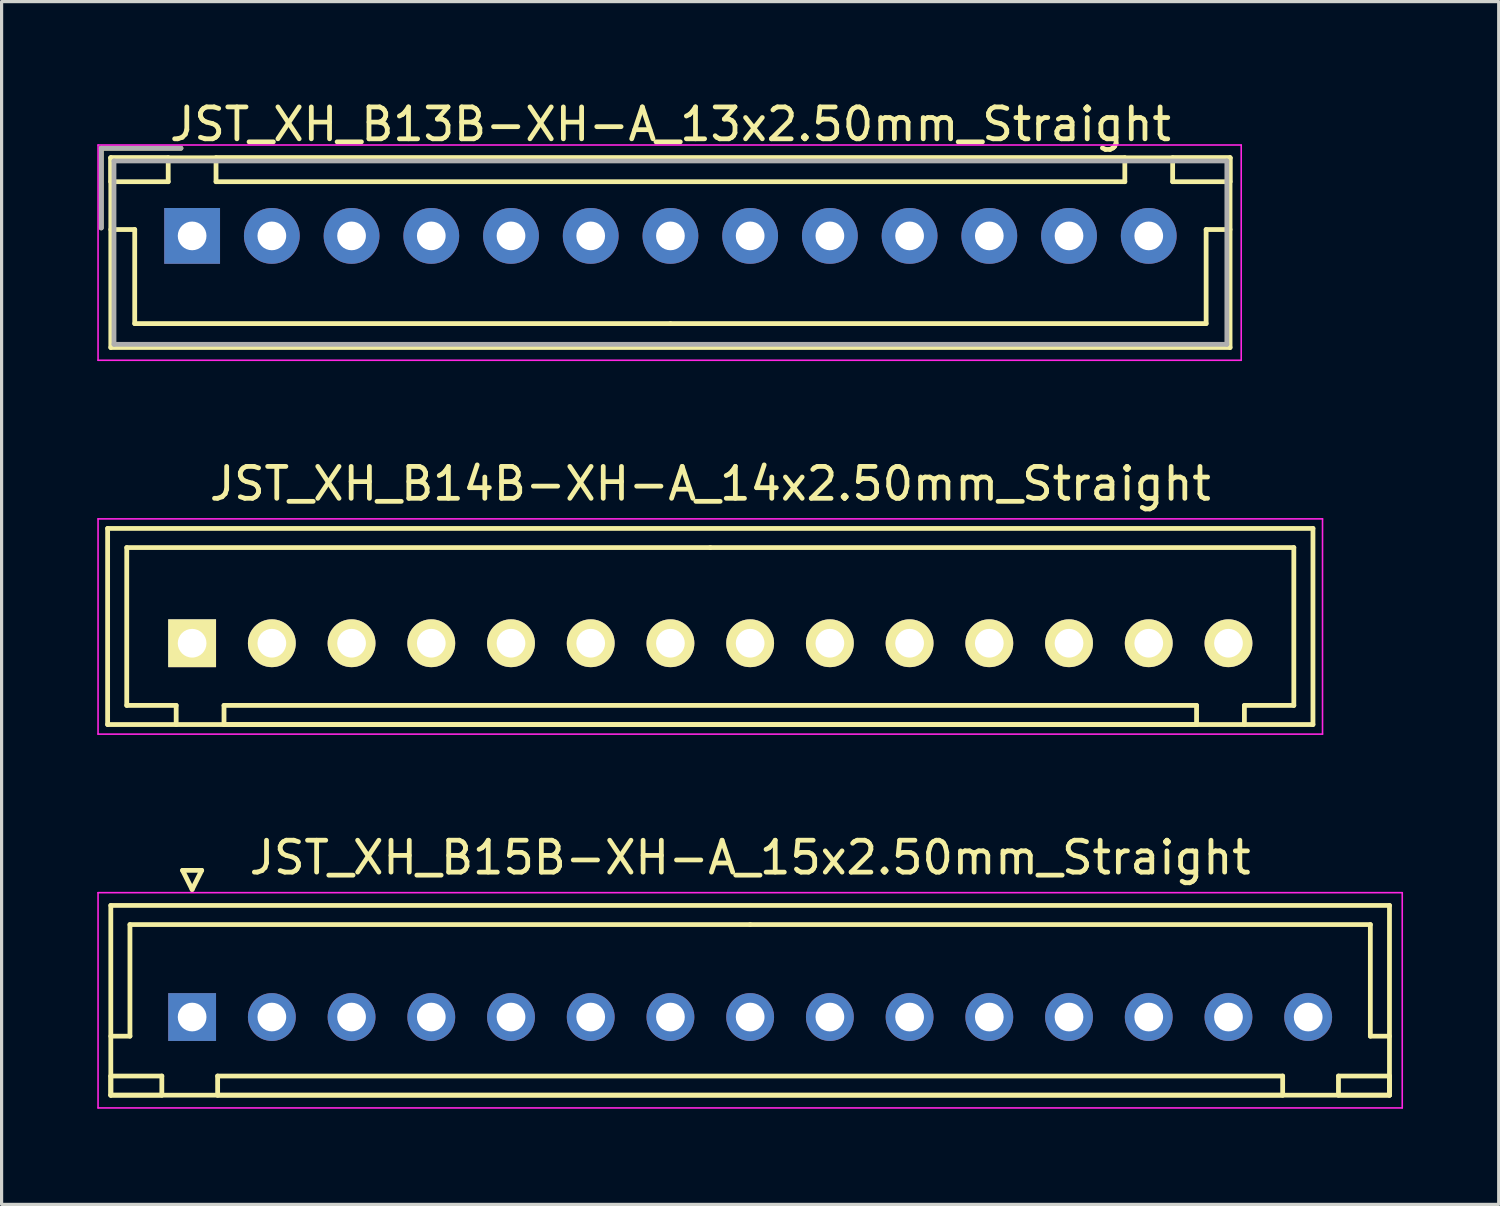
<source format=kicad_pcb>
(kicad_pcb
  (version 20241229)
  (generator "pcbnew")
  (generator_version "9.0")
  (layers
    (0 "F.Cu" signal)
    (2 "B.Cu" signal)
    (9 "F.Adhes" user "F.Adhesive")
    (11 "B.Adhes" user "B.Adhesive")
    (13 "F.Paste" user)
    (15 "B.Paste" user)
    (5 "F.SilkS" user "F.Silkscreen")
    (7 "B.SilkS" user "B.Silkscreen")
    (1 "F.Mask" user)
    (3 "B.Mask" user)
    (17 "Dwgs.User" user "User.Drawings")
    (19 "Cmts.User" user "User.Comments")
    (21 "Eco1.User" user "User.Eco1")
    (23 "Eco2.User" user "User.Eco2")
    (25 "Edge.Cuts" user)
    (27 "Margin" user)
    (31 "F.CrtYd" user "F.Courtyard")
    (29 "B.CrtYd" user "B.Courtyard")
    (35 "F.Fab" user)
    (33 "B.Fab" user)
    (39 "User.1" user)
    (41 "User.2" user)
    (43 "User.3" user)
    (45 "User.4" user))
  (footprint "JST_XH_B14B-XH-A_14x2.50mm_Straight"
    (layer "F.Cu")
    (at 2.975 17.122)
    (property "Reference" "JST_XH_B14B-XH-A_14x2.50mm_Straight" (at 16.25 -5 0) (layer "F.SilkS") (effects (font (size 1 1) (thickness 0.15))))
    (attr through_hole)
    (fp_line (start -2.65 -3.6) (end -2.65 2.55) (stroke (width 0.15) (type solid)) (layer "F.SilkS"))
    (fp_line (start -2.65 2.55) (end 35.15 2.55) (stroke (width 0.15) (type solid)) (layer "F.SilkS"))
    (fp_line (start -2.05 -3) (end 16.25 -3) (stroke (width 0.15) (type solid)) (layer "F.SilkS"))
    (fp_line (start -2.05 1.95) (end -2.05 -3) (stroke (width 0.15) (type solid)) (layer "F.SilkS"))
    (fp_line (start -0.5 1.95) (end -2.05 1.95) (stroke (width 0.15) (type solid)) (layer "F.SilkS"))
    (fp_line (start -0.5 2.55) (end -0.5 1.95) (stroke (width 0.15) (type solid)) (layer "F.SilkS"))
    (fp_line (start 1 1.95) (end 1 2.55) (stroke (width 0.15) (type solid)) (layer "F.SilkS"))
    (fp_line (start 1 2.55) (end 31.5 2.55) (stroke (width 0.15) (type solid)) (layer "F.SilkS"))
    (fp_line (start 31.5 1.95) (end 1 1.95) (stroke (width 0.15) (type solid)) (layer "F.SilkS"))
    (fp_line (start 31.5 2.55) (end 31.5 1.95) (stroke (width 0.15) (type solid)) (layer "F.SilkS"))
    (fp_line (start 33 1.95) (end 34.55 1.95) (stroke (width 0.15) (type solid)) (layer "F.SilkS"))
    (fp_line (start 33 2.55) (end 33 1.95) (stroke (width 0.15) (type solid)) (layer "F.SilkS"))
    (fp_line (start 34.55 -3) (end 16.25 -3) (stroke (width 0.15) (type solid)) (layer "F.SilkS"))
    (fp_line (start 34.55 1.95) (end 34.55 -3) (stroke (width 0.15) (type solid)) (layer "F.SilkS"))
    (fp_line (start 35.15 -3.6) (end -2.65 -3.6) (stroke (width 0.15) (type solid)) (layer "F.SilkS"))
    (fp_line (start 35.15 2.55) (end 35.15 -3.6) (stroke (width 0.15) (type solid)) (layer "F.SilkS"))
    (fp_line (start -2.95 -3.9) (end -2.95 2.85) (stroke (width 0.05) (type solid)) (layer "F.CrtYd"))
    (fp_line (start -2.95 2.85) (end 35.45 2.85) (stroke (width 0.05) (type solid)) (layer "F.CrtYd"))
    (fp_line (start 35.45 -3.9) (end -2.95 -3.9) (stroke (width 0.05) (type solid)) (layer "F.CrtYd"))
    (fp_line (start 35.45 2.85) (end 35.45 -3.9) (stroke (width 0.05) (type solid)) (layer "F.CrtYd"))
    (pad "1" thru_hole rect (at 0 0) (size 1.5 1.5) (drill 0.9) (layers "*.Cu" "*.Mask" "F.SilkS"))
    (pad "2" thru_hole circle (at 2.5 0) (size 1.5 1.5) (drill 0.9) (layers "*.Cu" "*.Mask" "F.SilkS"))
    (pad "3" thru_hole circle (at 5 0) (size 1.5 1.5) (drill 0.9) (layers "*.Cu" "*.Mask" "F.SilkS"))
    (pad "4" thru_hole circle (at 7.5 0) (size 1.5 1.5) (drill 0.9) (layers "*.Cu" "*.Mask" "F.SilkS"))
    (pad "5" thru_hole circle (at 10 0) (size 1.5 1.5) (drill 0.9) (layers "*.Cu" "*.Mask" "F.SilkS"))
    (pad "6" thru_hole circle (at 12.5 0) (size 1.5 1.5) (drill 0.9) (layers "*.Cu" "*.Mask" "F.SilkS"))
    (pad "7" thru_hole circle (at 15 0) (size 1.5 1.5) (drill 0.9) (layers "*.Cu" "*.Mask" "F.SilkS"))
    (pad "8" thru_hole circle (at 17.5 0) (size 1.5 1.5) (drill 0.9) (layers "*.Cu" "*.Mask" "F.SilkS"))
    (pad "9" thru_hole circle (at 20 0) (size 1.5 1.5) (drill 0.9) (layers "*.Cu" "*.Mask" "F.SilkS"))
    (pad "10" thru_hole circle (at 22.5 0) (size 1.5 1.5) (drill 0.9) (layers "*.Cu" "*.Mask" "F.SilkS"))
    (pad "11" thru_hole circle (at 25 0) (size 1.5 1.5) (drill 0.9) (layers "*.Cu" "*.Mask" "F.SilkS"))
    (pad "12" thru_hole circle (at 27.5 0) (size 1.5 1.5) (drill 0.9) (layers "*.Cu" "*.Mask" "F.SilkS"))
    (pad "13" thru_hole circle (at 30 0) (size 1.5 1.5) (drill 0.9) (layers "*.Cu" "*.Mask" "F.SilkS"))
    (pad "14" thru_hole circle (at 32.5 0) (size 1.5 1.5) (drill 0.9) (layers "*.Cu" "*.Mask" "F.SilkS")))
  (footprint "JST_XH_B13B-XH-A_13x2.50mm_Straight"
    (layer "F.Cu")
    (at 2.975 4.348)
    (property "Reference" "JST_XH_B13B-XH-A_13x2.50mm_Straight" (at 15 -3.5 0) (layer "F.SilkS") (effects (font (size 1 1) (thickness 0.15))))
    (attr through_hole)
    (fp_line (start -2.85 -2.75) (end -2.85 -0.25) (stroke (width 0.15) (type solid)) (layer "F.SilkS"))
    (fp_line (start -2.55 -2.45) (end -2.55 -1.7) (stroke (width 0.15) (type solid)) (layer "F.SilkS"))
    (fp_line (start -2.55 -2.45) (end -2.55 3.5) (stroke (width 0.15) (type solid)) (layer "F.SilkS"))
    (fp_line (start -2.55 -1.7) (end -0.75 -1.7) (stroke (width 0.15) (type solid)) (layer "F.SilkS"))
    (fp_line (start -2.55 -0.2) (end -1.8 -0.2) (stroke (width 0.15) (type solid)) (layer "F.SilkS"))
    (fp_line (start -2.55 3.5) (end 32.55 3.5) (stroke (width 0.15) (type solid)) (layer "F.SilkS"))
    (fp_line (start -1.8 -0.2) (end -1.8 2.75) (stroke (width 0.15) (type solid)) (layer "F.SilkS"))
    (fp_line (start -1.8 2.75) (end 15 2.75) (stroke (width 0.15) (type solid)) (layer "F.SilkS"))
    (fp_line (start -0.75 -2.45) (end -2.55 -2.45) (stroke (width 0.15) (type solid)) (layer "F.SilkS"))
    (fp_line (start -0.75 -1.7) (end -0.75 -2.45) (stroke (width 0.15) (type solid)) (layer "F.SilkS"))
    (fp_line (start -0.35 -2.75) (end -2.85 -2.75) (stroke (width 0.15) (type solid)) (layer "F.SilkS"))
    (fp_line (start 0.75 -2.45) (end 0.75 -1.7) (stroke (width 0.15) (type solid)) (layer "F.SilkS"))
    (fp_line (start 0.75 -1.7) (end 29.25 -1.7) (stroke (width 0.15) (type solid)) (layer "F.SilkS"))
    (fp_line (start 29.25 -2.45) (end 0.75 -2.45) (stroke (width 0.15) (type solid)) (layer "F.SilkS"))
    (fp_line (start 29.25 -1.7) (end 29.25 -2.45) (stroke (width 0.15) (type solid)) (layer "F.SilkS"))
    (fp_line (start 30.75 -2.45) (end 30.75 -1.7) (stroke (width 0.15) (type solid)) (layer "F.SilkS"))
    (fp_line (start 30.75 -1.7) (end 32.55 -1.7) (stroke (width 0.15) (type solid)) (layer "F.SilkS"))
    (fp_line (start 31.8 -0.2) (end 31.8 2.75) (stroke (width 0.15) (type solid)) (layer "F.SilkS"))
    (fp_line (start 31.8 2.75) (end 15 2.75) (stroke (width 0.15) (type solid)) (layer "F.SilkS"))
    (fp_line (start 32.55 -2.45) (end -2.55 -2.45) (stroke (width 0.15) (type solid)) (layer "F.SilkS"))
    (fp_line (start 32.55 -2.45) (end 30.75 -2.45) (stroke (width 0.15) (type solid)) (layer "F.SilkS"))
    (fp_line (start 32.55 -1.7) (end 32.55 -2.45) (stroke (width 0.15) (type solid)) (layer "F.SilkS"))
    (fp_line (start 32.55 -0.2) (end 31.8 -0.2) (stroke (width 0.15) (type solid)) (layer "F.SilkS"))
    (fp_line (start 32.55 3.5) (end 32.55 -2.45) (stroke (width 0.15) (type solid)) (layer "F.SilkS"))
    (fp_line (start -2.95 -2.85) (end -2.95 3.9) (stroke (width 0.05) (type solid)) (layer "F.CrtYd"))
    (fp_line (start -2.95 3.9) (end 32.9 3.9) (stroke (width 0.05) (type solid)) (layer "F.CrtYd"))
    (fp_line (start 32.9 -2.85) (end -2.95 -2.85) (stroke (width 0.05) (type solid)) (layer "F.CrtYd"))
    (fp_line (start 32.9 3.9) (end 32.9 -2.85) (stroke (width 0.05) (type solid)) (layer "F.CrtYd"))
    (fp_line (start -2.85 -2.75) (end -2.85 -0.25) (stroke (width 0.15) (type solid)) (layer "F.Fab"))
    (fp_line (start -2.45 -2.35) (end -2.45 3.4) (stroke (width 0.15) (type solid)) (layer "F.Fab"))
    (fp_line (start -2.45 3.4) (end 32.45 3.4) (stroke (width 0.15) (type solid)) (layer "F.Fab"))
    (fp_line (start -0.35 -2.75) (end -2.85 -2.75) (stroke (width 0.15) (type solid)) (layer "F.Fab"))
    (fp_line (start 32.45 -2.35) (end -2.45 -2.35) (stroke (width 0.15) (type solid)) (layer "F.Fab"))
    (fp_line (start 32.45 3.4) (end 32.45 -2.35) (stroke (width 0.15) (type solid)) (layer "F.Fab"))
    (pad "1" thru_hole rect (at 0 0) (size 1.75 1.75) (drill 0.9) (layers "*.Cu" "*.Mask"))
    (pad "2" thru_hole circle (at 2.5 0) (size 1.75 1.75) (drill 0.9) (layers "*.Cu" "*.Mask"))
    (pad "3" thru_hole circle (at 5 0) (size 1.75 1.75) (drill 0.9) (layers "*.Cu" "*.Mask"))
    (pad "4" thru_hole circle (at 7.5 0) (size 1.75 1.75) (drill 0.9) (layers "*.Cu" "*.Mask"))
    (pad "5" thru_hole circle (at 10 0) (size 1.75 1.75) (drill 0.9) (layers "*.Cu" "*.Mask"))
    (pad "6" thru_hole circle (at 12.5 0) (size 1.75 1.75) (drill 0.9) (layers "*.Cu" "*.Mask"))
    (pad "7" thru_hole circle (at 15 0) (size 1.75 1.75) (drill 0.9) (layers "*.Cu" "*.Mask"))
    (pad "8" thru_hole circle (at 17.5 0) (size 1.75 1.75) (drill 0.9) (layers "*.Cu" "*.Mask"))
    (pad "9" thru_hole circle (at 20 0) (size 1.75 1.75) (drill 0.9) (layers "*.Cu" "*.Mask"))
    (pad "10" thru_hole circle (at 22.5 0) (size 1.75 1.75) (drill 0.9) (layers "*.Cu" "*.Mask"))
    (pad "11" thru_hole circle (at 25 0) (size 1.75 1.75) (drill 0.9) (layers "*.Cu" "*.Mask"))
    (pad "12" thru_hole circle (at 27.5 0) (size 1.75 1.75) (drill 0.9) (layers "*.Cu" "*.Mask"))
    (pad "13" thru_hole circle (at 30 0) (size 1.75 1.75) (drill 0.9) (layers "*.Cu" "*.Mask")))
  (footprint "JST_XH_B15B-XH-A_15x2.50mm_Straight"
    (layer "F.Cu")
    (at 2.975 28.845)
    (property "Reference" "JST_XH_B15B-XH-A_15x2.50mm_Straight" (at 17.5 -5 0) (layer "F.SilkS") (effects (font (size 1 1) (thickness 0.15))))
    (attr through_hole)
    (fp_line (start -2.55 -3.5) (end -2.55 2.45) (stroke (width 0.15) (type solid)) (layer "F.SilkS"))
    (fp_line (start -2.55 0.6) (end -1.95 0.6) (stroke (width 0.15) (type solid)) (layer "F.SilkS"))
    (fp_line (start -2.55 1.85) (end -2.55 2.45) (stroke (width 0.15) (type solid)) (layer "F.SilkS"))
    (fp_line (start -2.55 2.45) (end -0.95 2.45) (stroke (width 0.15) (type solid)) (layer "F.SilkS"))
    (fp_line (start -2.55 2.45) (end 37.55 2.45) (stroke (width 0.15) (type solid)) (layer "F.SilkS"))
    (fp_line (start -1.95 -2.9) (end 17.5 -2.9) (stroke (width 0.15) (type solid)) (layer "F.SilkS"))
    (fp_line (start -1.95 0.6) (end -1.95 -2.9) (stroke (width 0.15) (type solid)) (layer "F.SilkS"))
    (fp_line (start -0.95 1.85) (end -2.55 1.85) (stroke (width 0.15) (type solid)) (layer "F.SilkS"))
    (fp_line (start -0.95 2.45) (end -0.95 1.85) (stroke (width 0.15) (type solid)) (layer "F.SilkS"))
    (fp_line (start -0.3 -4.6) (end 0.3 -4.6) (stroke (width 0.15) (type solid)) (layer "F.SilkS"))
    (fp_line (start 0 -4) (end -0.3 -4.6) (stroke (width 0.15) (type solid)) (layer "F.SilkS"))
    (fp_line (start 0.3 -4.6) (end 0 -4) (stroke (width 0.15) (type solid)) (layer "F.SilkS"))
    (fp_line (start 0.8 1.85) (end 0.8 2.45) (stroke (width 0.15) (type solid)) (layer "F.SilkS"))
    (fp_line (start 0.8 2.45) (end 34.2 2.45) (stroke (width 0.15) (type solid)) (layer "F.SilkS"))
    (fp_line (start 34.2 1.85) (end 0.8 1.85) (stroke (width 0.15) (type solid)) (layer "F.SilkS"))
    (fp_line (start 34.2 2.45) (end 34.2 1.85) (stroke (width 0.15) (type solid)) (layer "F.SilkS"))
    (fp_line (start 35.95 1.85) (end 37.55 1.85) (stroke (width 0.15) (type solid)) (layer "F.SilkS"))
    (fp_line (start 35.95 2.45) (end 35.95 1.85) (stroke (width 0.15) (type solid)) (layer "F.SilkS"))
    (fp_line (start 36.95 -2.9) (end 17.5 -2.9) (stroke (width 0.15) (type solid)) (layer "F.SilkS"))
    (fp_line (start 36.95 0.6) (end 36.95 -2.9) (stroke (width 0.15) (type solid)) (layer "F.SilkS"))
    (fp_line (start 37.55 -3.5) (end -2.55 -3.5) (stroke (width 0.15) (type solid)) (layer "F.SilkS"))
    (fp_line (start 37.55 0.6) (end 36.95 0.6) (stroke (width 0.15) (type solid)) (layer "F.SilkS"))
    (fp_line (start 37.55 1.85) (end 37.55 2.45) (stroke (width 0.15) (type solid)) (layer "F.SilkS"))
    (fp_line (start 37.55 2.45) (end 35.95 2.45) (stroke (width 0.15) (type solid)) (layer "F.SilkS"))
    (fp_line (start 37.55 2.45) (end 37.55 -3.5) (stroke (width 0.15) (type solid)) (layer "F.SilkS"))
    (fp_line (start -2.95 -3.9) (end -2.95 2.85) (stroke (width 0.05) (type solid)) (layer "F.CrtYd"))
    (fp_line (start -2.95 2.85) (end 37.95 2.85) (stroke (width 0.05) (type solid)) (layer "F.CrtYd"))
    (fp_line (start 37.95 -3.9) (end -2.95 -3.9) (stroke (width 0.05) (type solid)) (layer "F.CrtYd"))
    (fp_line (start 37.95 2.85) (end 37.95 -3.9) (stroke (width 0.05) (type solid)) (layer "F.CrtYd"))
    (pad "1" thru_hole rect (at 0 0) (size 1.5 1.5) (drill 0.9) (layers "*.Cu" "*.Mask"))
    (pad "2" thru_hole circle (at 2.5 0) (size 1.5 1.5) (drill 0.9) (layers "*.Cu" "*.Mask"))
    (pad "3" thru_hole circle (at 5 0) (size 1.5 1.5) (drill 0.9) (layers "*.Cu" "*.Mask"))
    (pad "4" thru_hole circle (at 7.5 0) (size 1.5 1.5) (drill 0.9) (layers "*.Cu" "*.Mask"))
    (pad "5" thru_hole circle (at 10 0) (size 1.5 1.5) (drill 0.9) (layers "*.Cu" "*.Mask"))
    (pad "6" thru_hole circle (at 12.5 0) (size 1.5 1.5) (drill 0.9) (layers "*.Cu" "*.Mask"))
    (pad "7" thru_hole circle (at 15 0) (size 1.5 1.5) (drill 0.9) (layers "*.Cu" "*.Mask"))
    (pad "8" thru_hole circle (at 17.5 0) (size 1.5 1.5) (drill 0.9) (layers "*.Cu" "*.Mask"))
    (pad "9" thru_hole circle (at 20 0) (size 1.5 1.5) (drill 0.9) (layers "*.Cu" "*.Mask"))
    (pad "10" thru_hole circle (at 22.5 0) (size 1.5 1.5) (drill 0.9) (layers "*.Cu" "*.Mask"))
    (pad "11" thru_hole circle (at 25 0) (size 1.5 1.5) (drill 0.9) (layers "*.Cu" "*.Mask"))
    (pad "12" thru_hole circle (at 27.5 0) (size 1.5 1.5) (drill 0.9) (layers "*.Cu" "*.Mask"))
    (pad "13" thru_hole circle (at 30 0) (size 1.5 1.5) (drill 0.9) (layers "*.Cu" "*.Mask"))
    (pad "14" thru_hole circle (at 32.5 0) (size 1.5 1.5) (drill 0.9) (layers "*.Cu" "*.Mask"))
    (pad "15" thru_hole circle (at 35 0) (size 1.5 1.5) (drill 0.9) (layers "*.Cu" "*.Mask")))
  (gr_rect
    (start -3 -3)
    (end 43.95 34.72)
    (stroke (width 0.1) (type default))
    (fill no)
    (layer "Edge.Cuts")))
</source>
